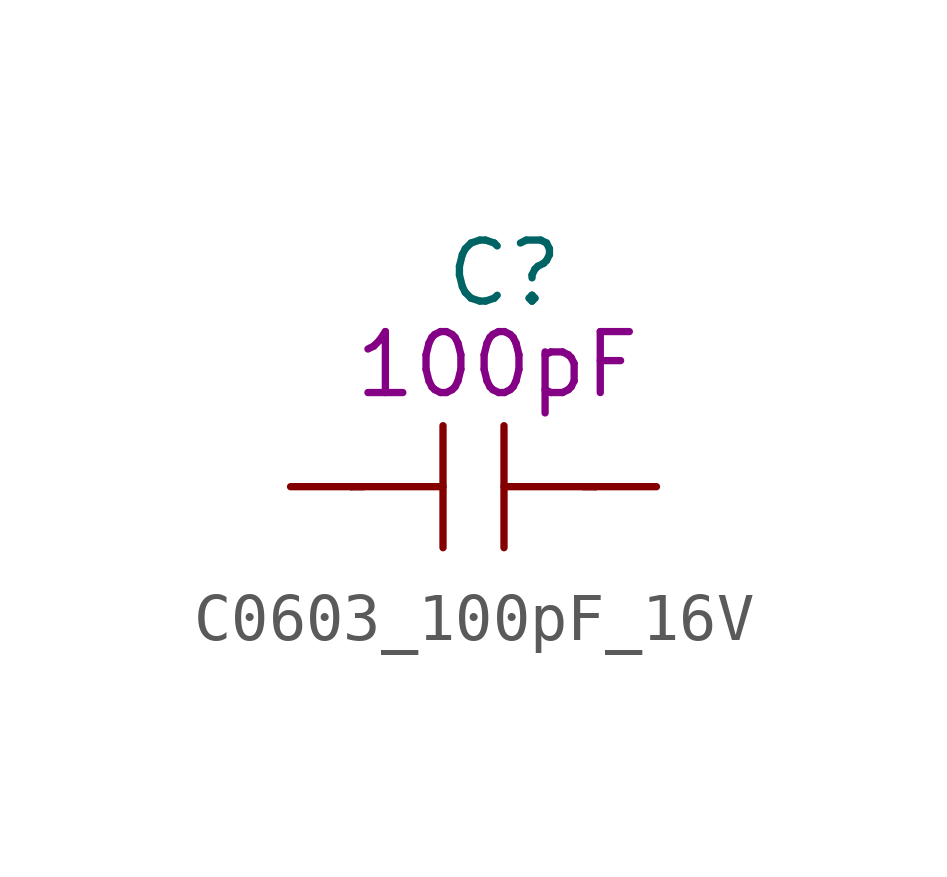
<source format=kicad_sym>
(kicad_symbol_lib
  (version 20211014)
  (generator kicad_symbol_editor)
  (symbol "C0603_100pF_16V"
    (pin_numbers hide)
    (pin_names
      (offset 1.016))
    (property "Reference" "C"
      (at -0.635 4.445 0)
      (effects (font (size 1.27 1.27)) (justify left)))
    (property "Symbol" "100pF"
      (at -2.54 2.54 0)
      (effects (font (size 1.27 1.27)) (justify left)))
    (symbol "C0603_100pF_16V_1_1"
      (polyline (pts (xy -2.54 0) (xy -0.635 0)) (stroke (width 0) (type default) (color 0 0 0 0)) (fill (type none)))
      (polyline (pts (xy -2.286 0) (xy -2.54 0)) (stroke (width 0) (type default) (color 0 0 0 0)) (fill (type none)))
      (polyline (pts (xy -0.635 1.27) (xy -0.635 -1.27)) (stroke (width 0) (type default) (color 0 0 0 0)) (fill (type none)))
      (polyline (pts (xy 0.635 0) (xy 2.54 0)) (stroke (width 0) (type default) (color 0 0 0 0)) (fill (type none)))
      (polyline (pts (xy 0.635 1.27) (xy 0.635 -1.27)) (stroke (width 0) (type default) (color 0 0 0 0)) (fill (type none)))
      (polyline (pts (xy 2.286 0) (xy 2.54 0)) (stroke (width 0) (type default) (color 0 0 0 0)) (fill (type none)))
      (pin passive line (at -3.81 0 0) (length 1.27) (name "~" (effects (font (size 1.27 1.27)))) (number "1" (effects (font (size 1.27 1.27)))))
      (pin passive line (at 3.81 0 180) (length 1.27) (name "~" (effects (font (size 1.27 1.27)))) (number "2" (effects (font (size 1.27 1.27))))))))
</source>
